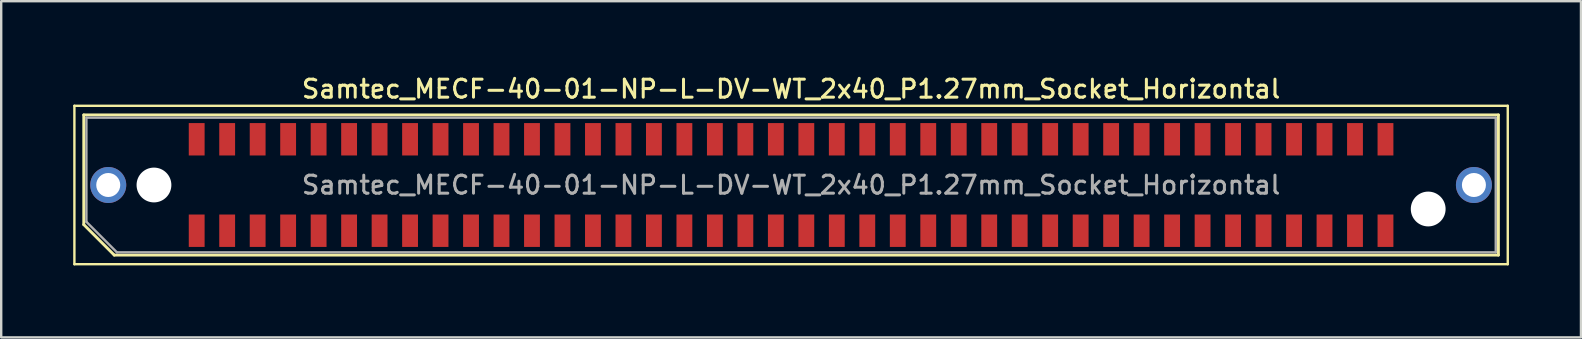
<source format=kicad_pcb>
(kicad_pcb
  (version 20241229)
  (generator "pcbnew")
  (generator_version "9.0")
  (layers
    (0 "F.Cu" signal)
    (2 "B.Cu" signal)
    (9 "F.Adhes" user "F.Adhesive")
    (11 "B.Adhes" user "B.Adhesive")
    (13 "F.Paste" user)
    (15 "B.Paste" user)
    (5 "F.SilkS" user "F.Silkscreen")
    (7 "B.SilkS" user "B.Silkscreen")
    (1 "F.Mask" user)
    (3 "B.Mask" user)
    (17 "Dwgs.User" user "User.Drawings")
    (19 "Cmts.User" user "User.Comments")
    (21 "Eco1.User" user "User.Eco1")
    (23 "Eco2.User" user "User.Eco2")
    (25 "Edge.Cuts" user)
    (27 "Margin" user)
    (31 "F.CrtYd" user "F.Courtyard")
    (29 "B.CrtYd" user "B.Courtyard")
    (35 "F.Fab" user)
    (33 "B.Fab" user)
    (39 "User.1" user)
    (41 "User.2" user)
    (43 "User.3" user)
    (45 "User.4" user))
  (footprint "Samtec_MECF-40-01-NP-L-DV-WT_2x40_P1.27mm_Socket_Horizontal"
    (layer "F.Cu")
    (at 29.91 4.658)
    (property "Reference" "Samtec_MECF-40-01-NP-L-DV-WT_2x40_P1.27mm_Socket_Horizontal" (at 0 -4 0) (layer "F.SilkS") (effects (font (size 0.75 0.75) (thickness 0.125))))
    (attr smd)
    (fp_line (start -29.86 -3.3) (end -29.86 3.3) (stroke (width 0.1) (type solid)) (layer "F.SilkS"))
    (fp_line (start -29.86 3.3) (end 29.86 3.3) (stroke (width 0.1) (type solid)) (layer "F.SilkS"))
    (fp_line (start -29.47 -2.92) (end 29.47 -2.92) (stroke (width 0.12) (type solid)) (layer "F.SilkS"))
    (fp_line (start -29.47 1.65) (end -29.47 -2.92) (stroke (width 0.12) (type solid)) (layer "F.SilkS"))
    (fp_line (start -28.2 2.92) (end -29.47 1.65) (stroke (width 0.12) (type solid)) (layer "F.SilkS"))
    (fp_line (start -28.2 2.92) (end 29.47 2.92) (stroke (width 0.12) (type solid)) (layer "F.SilkS"))
    (fp_line (start 29.47 2.92) (end 29.47 -2.92) (stroke (width 0.12) (type solid)) (layer "F.SilkS"))
    (fp_line (start 29.86 -3.3) (end -29.86 -3.3) (stroke (width 0.1) (type solid)) (layer "F.SilkS"))
    (fp_line (start 29.86 3.3) (end 29.86 -3.3) (stroke (width 0.1) (type solid)) (layer "F.SilkS"))
    (fp_line (start -29.36 -2.805) (end 29.36 -2.805) (stroke (width 0.1) (type solid)) (layer "F.Fab"))
    (fp_line (start -29.36 1.535) (end -29.36 -2.805) (stroke (width 0.1) (type solid)) (layer "F.Fab"))
    (fp_line (start -29.36 1.535) (end -28.09 2.805) (stroke (width 0.1) (type solid)) (layer "F.Fab"))
    (fp_line (start -28.09 2.805) (end 29.36 2.805) (stroke (width 0.1) (type solid)) (layer "F.Fab"))
    (fp_line (start 29.36 2.805) (end 29.36 -2.805) (stroke (width 0.1) (type solid)) (layer "F.Fab"))
    (fp_text user "${REFERENCE}" (at 0 0 0) (layer "F.Fab") (effects (font (size 0.75 0.75) (thickness 0.125))))
    (pad "" thru_hole circle (at -28.45 0) (size 1.5 1.5) (drill 1) (layers "*.Cu" "*.Mask"))
    (pad "" np_thru_hole circle (at -26.545 0) (size 1.45 1.45) (drill 1.45) (layers "*.Cu" "*.Mask"))
    (pad "" np_thru_hole circle (at 26.545 1) (size 1.45 1.45) (drill 1.45) (layers "*.Cu" "*.Mask"))
    (pad "" thru_hole circle (at 28.45 0) (size 1.5 1.5) (drill 1) (layers "*.Cu" "*.Mask"))
    (pad "1" smd rect (at -24.765 1.905) (size 0.66 1.35) (layers "F.Cu" "F.Mask" "F.Paste"))
    (pad "2" smd rect (at -24.765 -1.905) (size 0.66 1.35) (layers "F.Cu" "F.Mask" "F.Paste"))
    (pad "3" smd rect (at -23.495 1.905) (size 0.66 1.35) (layers "F.Cu" "F.Mask" "F.Paste"))
    (pad "4" smd rect (at -23.495 -1.905) (size 0.66 1.35) (layers "F.Cu" "F.Mask" "F.Paste"))
    (pad "5" smd rect (at -22.225 1.905) (size 0.66 1.35) (layers "F.Cu" "F.Mask" "F.Paste"))
    (pad "6" smd rect (at -22.225 -1.905) (size 0.66 1.35) (layers "F.Cu" "F.Mask" "F.Paste"))
    (pad "7" smd rect (at -20.955 1.905) (size 0.66 1.35) (layers "F.Cu" "F.Mask" "F.Paste"))
    (pad "8" smd rect (at -20.955 -1.905) (size 0.66 1.35) (layers "F.Cu" "F.Mask" "F.Paste"))
    (pad "9" smd rect (at -19.685 1.905) (size 0.66 1.35) (layers "F.Cu" "F.Mask" "F.Paste"))
    (pad "10" smd rect (at -19.685 -1.905) (size 0.66 1.35) (layers "F.Cu" "F.Mask" "F.Paste"))
    (pad "11" smd rect (at -18.415 1.905) (size 0.66 1.35) (layers "F.Cu" "F.Mask" "F.Paste"))
    (pad "12" smd rect (at -18.415 -1.905) (size 0.66 1.35) (layers "F.Cu" "F.Mask" "F.Paste"))
    (pad "13" smd rect (at -17.145 1.905) (size 0.66 1.35) (layers "F.Cu" "F.Mask" "F.Paste"))
    (pad "14" smd rect (at -17.145 -1.905) (size 0.66 1.35) (layers "F.Cu" "F.Mask" "F.Paste"))
    (pad "15" smd rect (at -15.875 1.905) (size 0.66 1.35) (layers "F.Cu" "F.Mask" "F.Paste"))
    (pad "16" smd rect (at -15.875 -1.905) (size 0.66 1.35) (layers "F.Cu" "F.Mask" "F.Paste"))
    (pad "17" smd rect (at -14.605 1.905) (size 0.66 1.35) (layers "F.Cu" "F.Mask" "F.Paste"))
    (pad "18" smd rect (at -14.605 -1.905) (size 0.66 1.35) (layers "F.Cu" "F.Mask" "F.Paste"))
    (pad "19" smd rect (at -13.335 1.905) (size 0.66 1.35) (layers "F.Cu" "F.Mask" "F.Paste"))
    (pad "20" smd rect (at -13.335 -1.905) (size 0.66 1.35) (layers "F.Cu" "F.Mask" "F.Paste"))
    (pad "21" smd rect (at -12.065 1.905) (size 0.66 1.35) (layers "F.Cu" "F.Mask" "F.Paste"))
    (pad "22" smd rect (at -12.065 -1.905) (size 0.66 1.35) (layers "F.Cu" "F.Mask" "F.Paste"))
    (pad "23" smd rect (at -10.795 1.905) (size 0.66 1.35) (layers "F.Cu" "F.Mask" "F.Paste"))
    (pad "24" smd rect (at -10.795 -1.905) (size 0.66 1.35) (layers "F.Cu" "F.Mask" "F.Paste"))
    (pad "25" smd rect (at -9.525 1.905) (size 0.66 1.35) (layers "F.Cu" "F.Mask" "F.Paste"))
    (pad "26" smd rect (at -9.525 -1.905) (size 0.66 1.35) (layers "F.Cu" "F.Mask" "F.Paste"))
    (pad "27" smd rect (at -8.255 1.905) (size 0.66 1.35) (layers "F.Cu" "F.Mask" "F.Paste"))
    (pad "28" smd rect (at -8.255 -1.905) (size 0.66 1.35) (layers "F.Cu" "F.Mask" "F.Paste"))
    (pad "29" smd rect (at -6.985 1.905) (size 0.66 1.35) (layers "F.Cu" "F.Mask" "F.Paste"))
    (pad "30" smd rect (at -6.985 -1.905) (size 0.66 1.35) (layers "F.Cu" "F.Mask" "F.Paste"))
    (pad "31" smd rect (at -5.715 1.905) (size 0.66 1.35) (layers "F.Cu" "F.Mask" "F.Paste"))
    (pad "32" smd rect (at -5.715 -1.905) (size 0.66 1.35) (layers "F.Cu" "F.Mask" "F.Paste"))
    (pad "33" smd rect (at -4.445 1.905) (size 0.66 1.35) (layers "F.Cu" "F.Mask" "F.Paste"))
    (pad "34" smd rect (at -4.445 -1.905) (size 0.66 1.35) (layers "F.Cu" "F.Mask" "F.Paste"))
    (pad "35" smd rect (at -3.175 1.905) (size 0.66 1.35) (layers "F.Cu" "F.Mask" "F.Paste"))
    (pad "36" smd rect (at -3.175 -1.905) (size 0.66 1.35) (layers "F.Cu" "F.Mask" "F.Paste"))
    (pad "37" smd rect (at -1.905 1.905) (size 0.66 1.35) (layers "F.Cu" "F.Mask" "F.Paste"))
    (pad "38" smd rect (at -1.905 -1.905) (size 0.66 1.35) (layers "F.Cu" "F.Mask" "F.Paste"))
    (pad "39" smd rect (at -0.635 1.905) (size 0.66 1.35) (layers "F.Cu" "F.Mask" "F.Paste"))
    (pad "40" smd rect (at -0.635 -1.905) (size 0.66 1.35) (layers "F.Cu" "F.Mask" "F.Paste"))
    (pad "41" smd rect (at 0.635 1.905) (size 0.66 1.35) (layers "F.Cu" "F.Mask" "F.Paste"))
    (pad "42" smd rect (at 0.635 -1.905) (size 0.66 1.35) (layers "F.Cu" "F.Mask" "F.Paste"))
    (pad "43" smd rect (at 1.905 1.905) (size 0.66 1.35) (layers "F.Cu" "F.Mask" "F.Paste"))
    (pad "44" smd rect (at 1.905 -1.905) (size 0.66 1.35) (layers "F.Cu" "F.Mask" "F.Paste"))
    (pad "45" smd rect (at 3.175 1.905) (size 0.66 1.35) (layers "F.Cu" "F.Mask" "F.Paste"))
    (pad "46" smd rect (at 3.175 -1.905) (size 0.66 1.35) (layers "F.Cu" "F.Mask" "F.Paste"))
    (pad "47" smd rect (at 4.445 1.905) (size 0.66 1.35) (layers "F.Cu" "F.Mask" "F.Paste"))
    (pad "48" smd rect (at 4.445 -1.905) (size 0.66 1.35) (layers "F.Cu" "F.Mask" "F.Paste"))
    (pad "49" smd rect (at 5.715 1.905) (size 0.66 1.35) (layers "F.Cu" "F.Mask" "F.Paste"))
    (pad "50" smd rect (at 5.715 -1.905) (size 0.66 1.35) (layers "F.Cu" "F.Mask" "F.Paste"))
    (pad "51" smd rect (at 6.985 1.905) (size 0.66 1.35) (layers "F.Cu" "F.Mask" "F.Paste"))
    (pad "52" smd rect (at 6.985 -1.905) (size 0.66 1.35) (layers "F.Cu" "F.Mask" "F.Paste"))
    (pad "53" smd rect (at 8.255 1.905) (size 0.66 1.35) (layers "F.Cu" "F.Mask" "F.Paste"))
    (pad "54" smd rect (at 8.255 -1.905) (size 0.66 1.35) (layers "F.Cu" "F.Mask" "F.Paste"))
    (pad "55" smd rect (at 9.525 1.905) (size 0.66 1.35) (layers "F.Cu" "F.Mask" "F.Paste"))
    (pad "56" smd rect (at 9.525 -1.905) (size 0.66 1.35) (layers "F.Cu" "F.Mask" "F.Paste"))
    (pad "57" smd rect (at 10.795 1.905) (size 0.66 1.35) (layers "F.Cu" "F.Mask" "F.Paste"))
    (pad "58" smd rect (at 10.795 -1.905) (size 0.66 1.35) (layers "F.Cu" "F.Mask" "F.Paste"))
    (pad "59" smd rect (at 12.065 1.905) (size 0.66 1.35) (layers "F.Cu" "F.Mask" "F.Paste"))
    (pad "60" smd rect (at 12.065 -1.905) (size 0.66 1.35) (layers "F.Cu" "F.Mask" "F.Paste"))
    (pad "61" smd rect (at 13.335 1.905) (size 0.66 1.35) (layers "F.Cu" "F.Mask" "F.Paste"))
    (pad "62" smd rect (at 13.335 -1.905) (size 0.66 1.35) (layers "F.Cu" "F.Mask" "F.Paste"))
    (pad "63" smd rect (at 14.605 1.905) (size 0.66 1.35) (layers "F.Cu" "F.Mask" "F.Paste"))
    (pad "64" smd rect (at 14.605 -1.905) (size 0.66 1.35) (layers "F.Cu" "F.Mask" "F.Paste"))
    (pad "65" smd rect (at 15.875 1.905) (size 0.66 1.35) (layers "F.Cu" "F.Mask" "F.Paste"))
    (pad "66" smd rect (at 15.875 -1.905) (size 0.66 1.35) (layers "F.Cu" "F.Mask" "F.Paste"))
    (pad "67" smd rect (at 17.145 1.905) (size 0.66 1.35) (layers "F.Cu" "F.Mask" "F.Paste"))
    (pad "68" smd rect (at 17.145 -1.905) (size 0.66 1.35) (layers "F.Cu" "F.Mask" "F.Paste"))
    (pad "69" smd rect (at 18.415 1.905) (size 0.66 1.35) (layers "F.Cu" "F.Mask" "F.Paste"))
    (pad "70" smd rect (at 18.415 -1.905) (size 0.66 1.35) (layers "F.Cu" "F.Mask" "F.Paste"))
    (pad "71" smd rect (at 19.685 1.905) (size 0.66 1.35) (layers "F.Cu" "F.Mask" "F.Paste"))
    (pad "72" smd rect (at 19.685 -1.905) (size 0.66 1.35) (layers "F.Cu" "F.Mask" "F.Paste"))
    (pad "73" smd rect (at 20.955 1.905) (size 0.66 1.35) (layers "F.Cu" "F.Mask" "F.Paste"))
    (pad "74" smd rect (at 20.955 -1.905) (size 0.66 1.35) (layers "F.Cu" "F.Mask" "F.Paste"))
    (pad "75" smd rect (at 22.225 1.905) (size 0.66 1.35) (layers "F.Cu" "F.Mask" "F.Paste"))
    (pad "76" smd rect (at 22.225 -1.905) (size 0.66 1.35) (layers "F.Cu" "F.Mask" "F.Paste"))
    (pad "77" smd rect (at 23.495 1.905) (size 0.66 1.35) (layers "F.Cu" "F.Mask" "F.Paste"))
    (pad "78" smd rect (at 23.495 -1.905) (size 0.66 1.35) (layers "F.Cu" "F.Mask" "F.Paste"))
    (pad "79" smd rect (at 24.765 1.905) (size 0.66 1.35) (layers "F.Cu" "F.Mask" "F.Paste"))
    (pad "80" smd rect (at 24.765 -1.905) (size 0.66 1.35) (layers "F.Cu" "F.Mask" "F.Paste")))
  (gr_rect
    (start -3 -3)
    (end 62.82 11.008)
    (stroke (width 0.1) (type default))
    (fill no)
    (layer "Edge.Cuts")))
</source>
